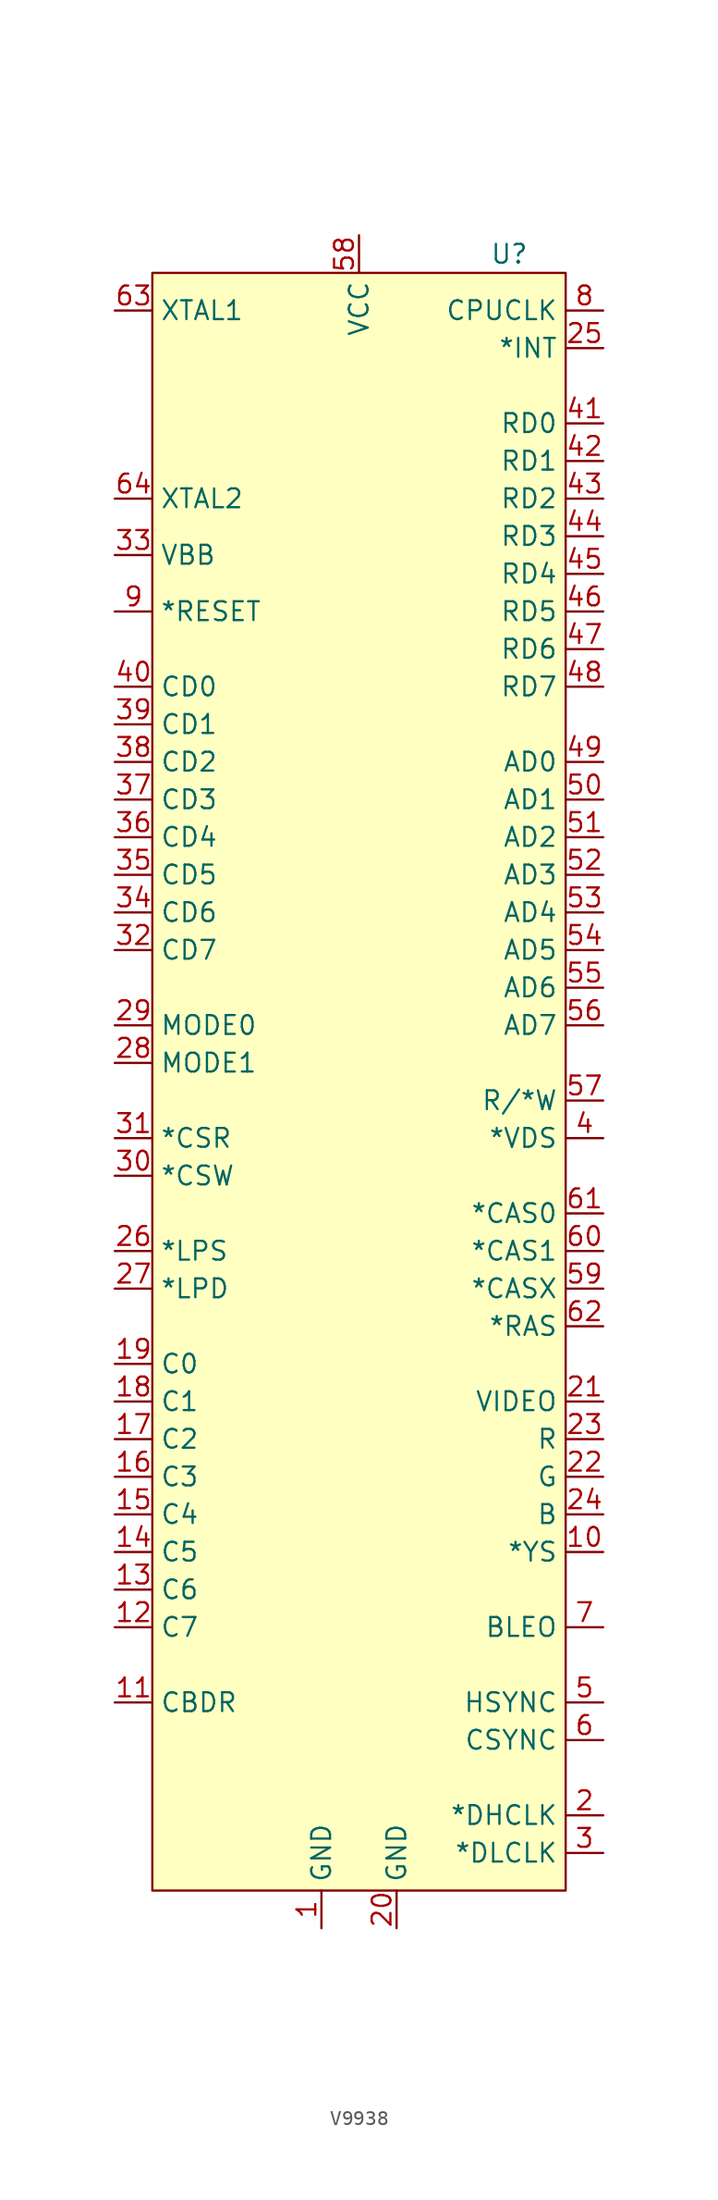
<source format=kicad_sym>
(kicad_symbol_lib
  (version 20220914)
  (generator kicad_symbol_editor)
  (symbol "V9938"
    (property "Reference" "U"
      (at 10.16 1.27 0)
      (effects (font (size 1.27 1.27))))
    (property "Value" ""
      (at 0 0 0)
      (effects (font (size 1.27 1.27))))
    (symbol "V9938_1_1"
      (rectangle (start -13.97 0) (end 13.97 -109.22) (stroke (width 0) (type default)) (fill (type background)))
      (pin input line (at -2.54 -111.76 90) (length 2.54) (name "GND" (effects (font (size 1.27 1.27)))) (number "1" (effects (font (size 1.27 1.27)))))
      (pin output line (at 16.51 -86.36 180) (length 2.54) (name "*YS" (effects (font (size 1.27 1.27)))) (number "10" (effects (font (size 1.27 1.27)))))
      (pin output line (at -16.51 -96.52 0) (length 2.54) (name "CBDR" (effects (font (size 1.27 1.27)))) (number "11" (effects (font (size 1.27 1.27)))))
      (pin bidirectional line (at -16.51 -91.44 0) (length 2.54) (name "C7" (effects (font (size 1.27 1.27)))) (number "12" (effects (font (size 1.27 1.27)))))
      (pin bidirectional line (at -16.51 -88.9 0) (length 2.54) (name "C6" (effects (font (size 1.27 1.27)))) (number "13" (effects (font (size 1.27 1.27)))))
      (pin bidirectional line (at -16.51 -86.36 0) (length 2.54) (name "C5" (effects (font (size 1.27 1.27)))) (number "14" (effects (font (size 1.27 1.27)))))
      (pin bidirectional line (at -16.51 -83.82 0) (length 2.54) (name "C4" (effects (font (size 1.27 1.27)))) (number "15" (effects (font (size 1.27 1.27)))))
      (pin bidirectional line (at -16.51 -81.28 0) (length 2.54) (name "C3" (effects (font (size 1.27 1.27)))) (number "16" (effects (font (size 1.27 1.27)))))
      (pin bidirectional line (at -16.51 -78.74 0) (length 2.54) (name "C2" (effects (font (size 1.27 1.27)))) (number "17" (effects (font (size 1.27 1.27)))))
      (pin bidirectional line (at -16.51 -76.2 0) (length 2.54) (name "C1" (effects (font (size 1.27 1.27)))) (number "18" (effects (font (size 1.27 1.27)))))
      (pin bidirectional line (at -16.51 -73.66 0) (length 2.54) (name "C0" (effects (font (size 1.27 1.27)))) (number "19" (effects (font (size 1.27 1.27)))))
      (pin output line (at 16.51 -104.14 180) (length 2.54) (name "*DHCLK" (effects (font (size 1.27 1.27)))) (number "2" (effects (font (size 1.27 1.27)))))
      (pin input line (at 2.54 -111.76 90) (length 2.54) (name "GND" (effects (font (size 1.27 1.27)))) (number "20" (effects (font (size 1.27 1.27)))))
      (pin output line (at 16.51 -76.2 180) (length 2.54) (name "VIDEO" (effects (font (size 1.27 1.27)))) (number "21" (effects (font (size 1.27 1.27)))))
      (pin output line (at 16.51 -81.28 180) (length 2.54) (name "G" (effects (font (size 1.27 1.27)))) (number "22" (effects (font (size 1.27 1.27)))))
      (pin output line (at 16.51 -78.74 180) (length 2.54) (name "R" (effects (font (size 1.27 1.27)))) (number "23" (effects (font (size 1.27 1.27)))))
      (pin output line (at 16.51 -83.82 180) (length 2.54) (name "B" (effects (font (size 1.27 1.27)))) (number "24" (effects (font (size 1.27 1.27)))))
      (pin output line (at 16.51 -5.08 180) (length 2.54) (name "*INT" (effects (font (size 1.27 1.27)))) (number "25" (effects (font (size 1.27 1.27)))))
      (pin input line (at -16.51 -66.04 0) (length 2.54) (name "*LPS" (effects (font (size 1.27 1.27)))) (number "26" (effects (font (size 1.27 1.27)))))
      (pin input line (at -16.51 -68.58 0) (length 2.54) (name "*LPD" (effects (font (size 1.27 1.27)))) (number "27" (effects (font (size 1.27 1.27)))))
      (pin input line (at -16.51 -53.34 0) (length 2.54) (name "MODE1" (effects (font (size 1.27 1.27)))) (number "28" (effects (font (size 1.27 1.27)))))
      (pin input line (at -16.51 -50.8 0) (length 2.54) (name "MODE0" (effects (font (size 1.27 1.27)))) (number "29" (effects (font (size 1.27 1.27)))))
      (pin bidirectional line (at 16.51 -106.68 180) (length 2.54) (name "*DLCLK" (effects (font (size 1.27 1.27)))) (number "3" (effects (font (size 1.27 1.27)))))
      (pin input line (at -16.51 -60.96 0) (length 2.54) (name "*CSW" (effects (font (size 1.27 1.27)))) (number "30" (effects (font (size 1.27 1.27)))))
      (pin input line (at -16.51 -58.42 0) (length 2.54) (name "*CSR" (effects (font (size 1.27 1.27)))) (number "31" (effects (font (size 1.27 1.27)))))
      (pin bidirectional line (at -16.51 -45.72 0) (length 2.54) (name "CD7" (effects (font (size 1.27 1.27)))) (number "32" (effects (font (size 1.27 1.27)))))
      (pin input line (at -16.51 -19.05 0) (length 2.54) (name "VBB" (effects (font (size 1.27 1.27)))) (number "33" (effects (font (size 1.27 1.27)))))
      (pin bidirectional line (at -16.51 -43.18 0) (length 2.54) (name "CD6" (effects (font (size 1.27 1.27)))) (number "34" (effects (font (size 1.27 1.27)))))
      (pin bidirectional line (at -16.51 -40.64 0) (length 2.54) (name "CD5" (effects (font (size 1.27 1.27)))) (number "35" (effects (font (size 1.27 1.27)))))
      (pin bidirectional line (at -16.51 -38.1 0) (length 2.54) (name "CD4" (effects (font (size 1.27 1.27)))) (number "36" (effects (font (size 1.27 1.27)))))
      (pin bidirectional line (at -16.51 -35.56 0) (length 2.54) (name "CD3" (effects (font (size 1.27 1.27)))) (number "37" (effects (font (size 1.27 1.27)))))
      (pin bidirectional line (at -16.51 -33.02 0) (length 2.54) (name "CD2" (effects (font (size 1.27 1.27)))) (number "38" (effects (font (size 1.27 1.27)))))
      (pin bidirectional line (at -16.51 -30.48 0) (length 2.54) (name "CD1" (effects (font (size 1.27 1.27)))) (number "39" (effects (font (size 1.27 1.27)))))
      (pin output line (at 16.51 -58.42 180) (length 2.54) (name "*VDS" (effects (font (size 1.27 1.27)))) (number "4" (effects (font (size 1.27 1.27)))))
      (pin bidirectional line (at -16.51 -27.94 0) (length 2.54) (name "CD0" (effects (font (size 1.27 1.27)))) (number "40" (effects (font (size 1.27 1.27)))))
      (pin output line (at 16.51 -10.16 180) (length 2.54) (name "RD0" (effects (font (size 1.27 1.27)))) (number "41" (effects (font (size 1.27 1.27)))))
      (pin output line (at 16.51 -12.7 180) (length 2.54) (name "RD1" (effects (font (size 1.27 1.27)))) (number "42" (effects (font (size 1.27 1.27)))))
      (pin output line (at 16.51 -15.24 180) (length 2.54) (name "RD2" (effects (font (size 1.27 1.27)))) (number "43" (effects (font (size 1.27 1.27)))))
      (pin output line (at 16.51 -17.78 180) (length 2.54) (name "RD3" (effects (font (size 1.27 1.27)))) (number "44" (effects (font (size 1.27 1.27)))))
      (pin output line (at 16.51 -20.32 180) (length 2.54) (name "RD4" (effects (font (size 1.27 1.27)))) (number "45" (effects (font (size 1.27 1.27)))))
      (pin output line (at 16.51 -22.86 180) (length 2.54) (name "RD5" (effects (font (size 1.27 1.27)))) (number "46" (effects (font (size 1.27 1.27)))))
      (pin output line (at 16.51 -25.4 180) (length 2.54) (name "RD6" (effects (font (size 1.27 1.27)))) (number "47" (effects (font (size 1.27 1.27)))))
      (pin output line (at 16.51 -27.94 180) (length 2.54) (name "RD7" (effects (font (size 1.27 1.27)))) (number "48" (effects (font (size 1.27 1.27)))))
      (pin output line (at 16.51 -33.02 180) (length 2.54) (name "AD0" (effects (font (size 1.27 1.27)))) (number "49" (effects (font (size 1.27 1.27)))))
      (pin output line (at 16.51 -96.52 180) (length 2.54) (name "HSYNC" (effects (font (size 1.27 1.27)))) (number "5" (effects (font (size 1.27 1.27)))))
      (pin output line (at 16.51 -35.56 180) (length 2.54) (name "AD1" (effects (font (size 1.27 1.27)))) (number "50" (effects (font (size 1.27 1.27)))))
      (pin output line (at 16.51 -38.1 180) (length 2.54) (name "AD2" (effects (font (size 1.27 1.27)))) (number "51" (effects (font (size 1.27 1.27)))))
      (pin output line (at 16.51 -40.64 180) (length 2.54) (name "AD3" (effects (font (size 1.27 1.27)))) (number "52" (effects (font (size 1.27 1.27)))))
      (pin output line (at 16.51 -43.18 180) (length 2.54) (name "AD4" (effects (font (size 1.27 1.27)))) (number "53" (effects (font (size 1.27 1.27)))))
      (pin output line (at 16.51 -45.72 180) (length 2.54) (name "AD5" (effects (font (size 1.27 1.27)))) (number "54" (effects (font (size 1.27 1.27)))))
      (pin output line (at 16.51 -48.26 180) (length 2.54) (name "AD6" (effects (font (size 1.27 1.27)))) (number "55" (effects (font (size 1.27 1.27)))))
      (pin output line (at 16.51 -50.8 180) (length 2.54) (name "AD7" (effects (font (size 1.27 1.27)))) (number "56" (effects (font (size 1.27 1.27)))))
      (pin input line (at 16.51 -55.88 180) (length 2.54) (name "R/*W" (effects (font (size 1.27 1.27)))) (number "57" (effects (font (size 1.27 1.27)))))
      (pin input line (at 0 2.54 270) (length 2.54) (name "VCC" (effects (font (size 1.27 1.27)))) (number "58" (effects (font (size 1.27 1.27)))))
      (pin output line (at 16.51 -68.58 180) (length 2.54) (name "*CASX" (effects (font (size 1.27 1.27)))) (number "59" (effects (font (size 1.27 1.27)))))
      (pin output line (at 16.51 -99.06 180) (length 2.54) (name "CSYNC" (effects (font (size 1.27 1.27)))) (number "6" (effects (font (size 1.27 1.27)))))
      (pin output line (at 16.51 -66.04 180) (length 2.54) (name "*CAS1" (effects (font (size 1.27 1.27)))) (number "60" (effects (font (size 1.27 1.27)))))
      (pin output line (at 16.51 -63.5 180) (length 2.54) (name "*CAS0" (effects (font (size 1.27 1.27)))) (number "61" (effects (font (size 1.27 1.27)))))
      (pin output line (at 16.51 -71.12 180) (length 2.54) (name "*RAS" (effects (font (size 1.27 1.27)))) (number "62" (effects (font (size 1.27 1.27)))))
      (pin input line (at -16.51 -2.54 0) (length 2.54) (name "XTAL1" (effects (font (size 1.27 1.27)))) (number "63" (effects (font (size 1.27 1.27)))))
      (pin input line (at -16.51 -15.24 0) (length 2.54) (name "XTAL2" (effects (font (size 1.27 1.27)))) (number "64" (effects (font (size 1.27 1.27)))))
      (pin output line (at 16.51 -91.44 180) (length 2.54) (name "BLEO" (effects (font (size 1.27 1.27)))) (number "7" (effects (font (size 1.27 1.27)))))
      (pin output line (at 16.51 -2.54 180) (length 2.54) (name "CPUCLK" (effects (font (size 1.27 1.27)))) (number "8" (effects (font (size 1.27 1.27)))))
      (pin input line (at -16.51 -22.86 0) (length 2.54) (name "*RESET" (effects (font (size 1.27 1.27)))) (number "9" (effects (font (size 1.27 1.27))))))))
</source>
